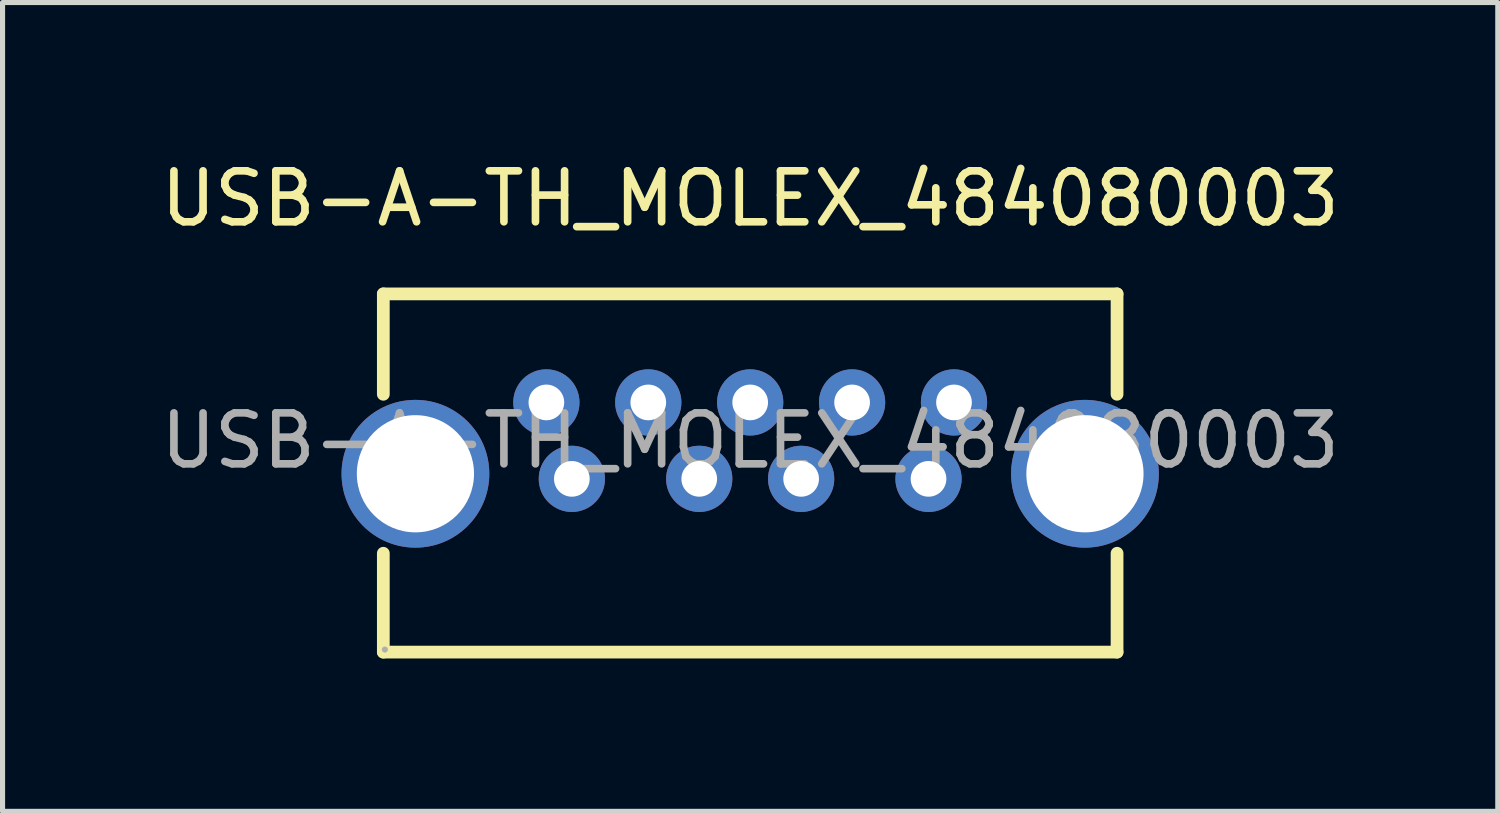
<source format=kicad_pcb>
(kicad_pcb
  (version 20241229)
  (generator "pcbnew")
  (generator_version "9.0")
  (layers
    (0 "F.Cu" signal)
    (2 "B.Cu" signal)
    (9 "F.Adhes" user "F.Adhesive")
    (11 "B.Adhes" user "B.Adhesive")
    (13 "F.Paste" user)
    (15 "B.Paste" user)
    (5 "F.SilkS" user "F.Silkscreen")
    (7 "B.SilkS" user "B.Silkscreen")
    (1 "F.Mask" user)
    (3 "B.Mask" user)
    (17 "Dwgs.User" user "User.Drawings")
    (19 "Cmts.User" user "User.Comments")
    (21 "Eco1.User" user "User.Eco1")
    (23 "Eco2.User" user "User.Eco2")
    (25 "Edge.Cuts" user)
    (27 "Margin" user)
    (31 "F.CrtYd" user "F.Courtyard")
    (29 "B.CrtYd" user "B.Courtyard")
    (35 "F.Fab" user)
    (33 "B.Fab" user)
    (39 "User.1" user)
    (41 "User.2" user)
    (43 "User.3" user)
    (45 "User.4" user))
  (footprint "USB-A-TH_MOLEX_484080003"
    (layer "F.Cu")
    (at 11.673 5.598)
    (property "Reference" "USB-A-TH_MOLEX_484080003" (at 0 -4.75 0) (layer "F.SilkS") (effects (font (size 1 1) (thickness 0.15))))
    (attr through_hole)
    (fp_line (start -7.2 -2.88) (end -7.2 -0.91) (stroke (width 0.25) (type solid)) (layer "F.SilkS"))
    (fp_line (start -7.2 4.15) (end -7.2 2.21) (stroke (width 0.25) (type solid)) (layer "F.SilkS"))
    (fp_line (start -7.2 4.15) (end 7.2 4.15) (stroke (width 0.25) (type solid)) (layer "F.SilkS"))
    (fp_line (start 7.2 -2.88) (end -7.2 -2.88) (stroke (width 0.25) (type solid)) (layer "F.SilkS"))
    (fp_line (start 7.2 -0.91) (end 7.2 -2.88) (stroke (width 0.25) (type solid)) (layer "F.SilkS"))
    (fp_line (start 7.2 4.15) (end 7.2 2.21) (stroke (width 0.25) (type solid)) (layer "F.SilkS"))
    (fp_circle (center -7.17 4.1) (end -7.14 4.1) (stroke (width 0.06) (type solid)) (fill no) (layer "F.Fab"))
    (fp_text user "${REFERENCE}" (at 0 0 0) (layer "F.Fab") (effects (font (size 1 1) (thickness 0.15))))
    (pad "1" thru_hole circle (at -3.5 0.75) (size 1.3 1.3) (drill 0.7) (layers "*.Cu" "*.Mask"))
    (pad "2" thru_hole circle (at -1 0.75) (size 1.3 1.3) (drill 0.7) (layers "*.Cu" "*.Mask"))
    (pad "3" thru_hole circle (at 1 0.75) (size 1.3 1.3) (drill 0.7) (layers "*.Cu" "*.Mask"))
    (pad "4" thru_hole circle (at 3.5 0.75) (size 1.3 1.3) (drill 0.7) (layers "*.Cu" "*.Mask"))
    (pad "5" thru_hole circle (at 4 -0.75) (size 1.3 1.3) (drill 0.7) (layers "*.Cu" "*.Mask"))
    (pad "6" thru_hole circle (at 2 -0.75) (size 1.3 1.3) (drill 0.7) (layers "*.Cu" "*.Mask"))
    (pad "7" thru_hole circle (at 0 -0.75) (size 1.3 1.3) (drill 0.7) (layers "*.Cu" "*.Mask"))
    (pad "8" thru_hole circle (at -2 -0.75) (size 1.3 1.3) (drill 0.7) (layers "*.Cu" "*.Mask"))
    (pad "9" thru_hole circle (at -4 -0.75) (size 1.3 1.3) (drill 0.7) (layers "*.Cu" "*.Mask"))
    (pad "10" thru_hole circle (at -6.57 0.65) (size 2.9 2.9) (drill 2.3) (layers "*.Cu" "*.Mask"))
    (pad "11" thru_hole circle (at 6.57 0.65) (size 2.9 2.9) (drill 2.3) (layers "*.Cu" "*.Mask")))
  (gr_rect
    (start -3 -3)
    (end 26.345 12.873)
    (stroke (width 0.1) (type default))
    (fill no)
    (layer "Edge.Cuts")))
</source>
